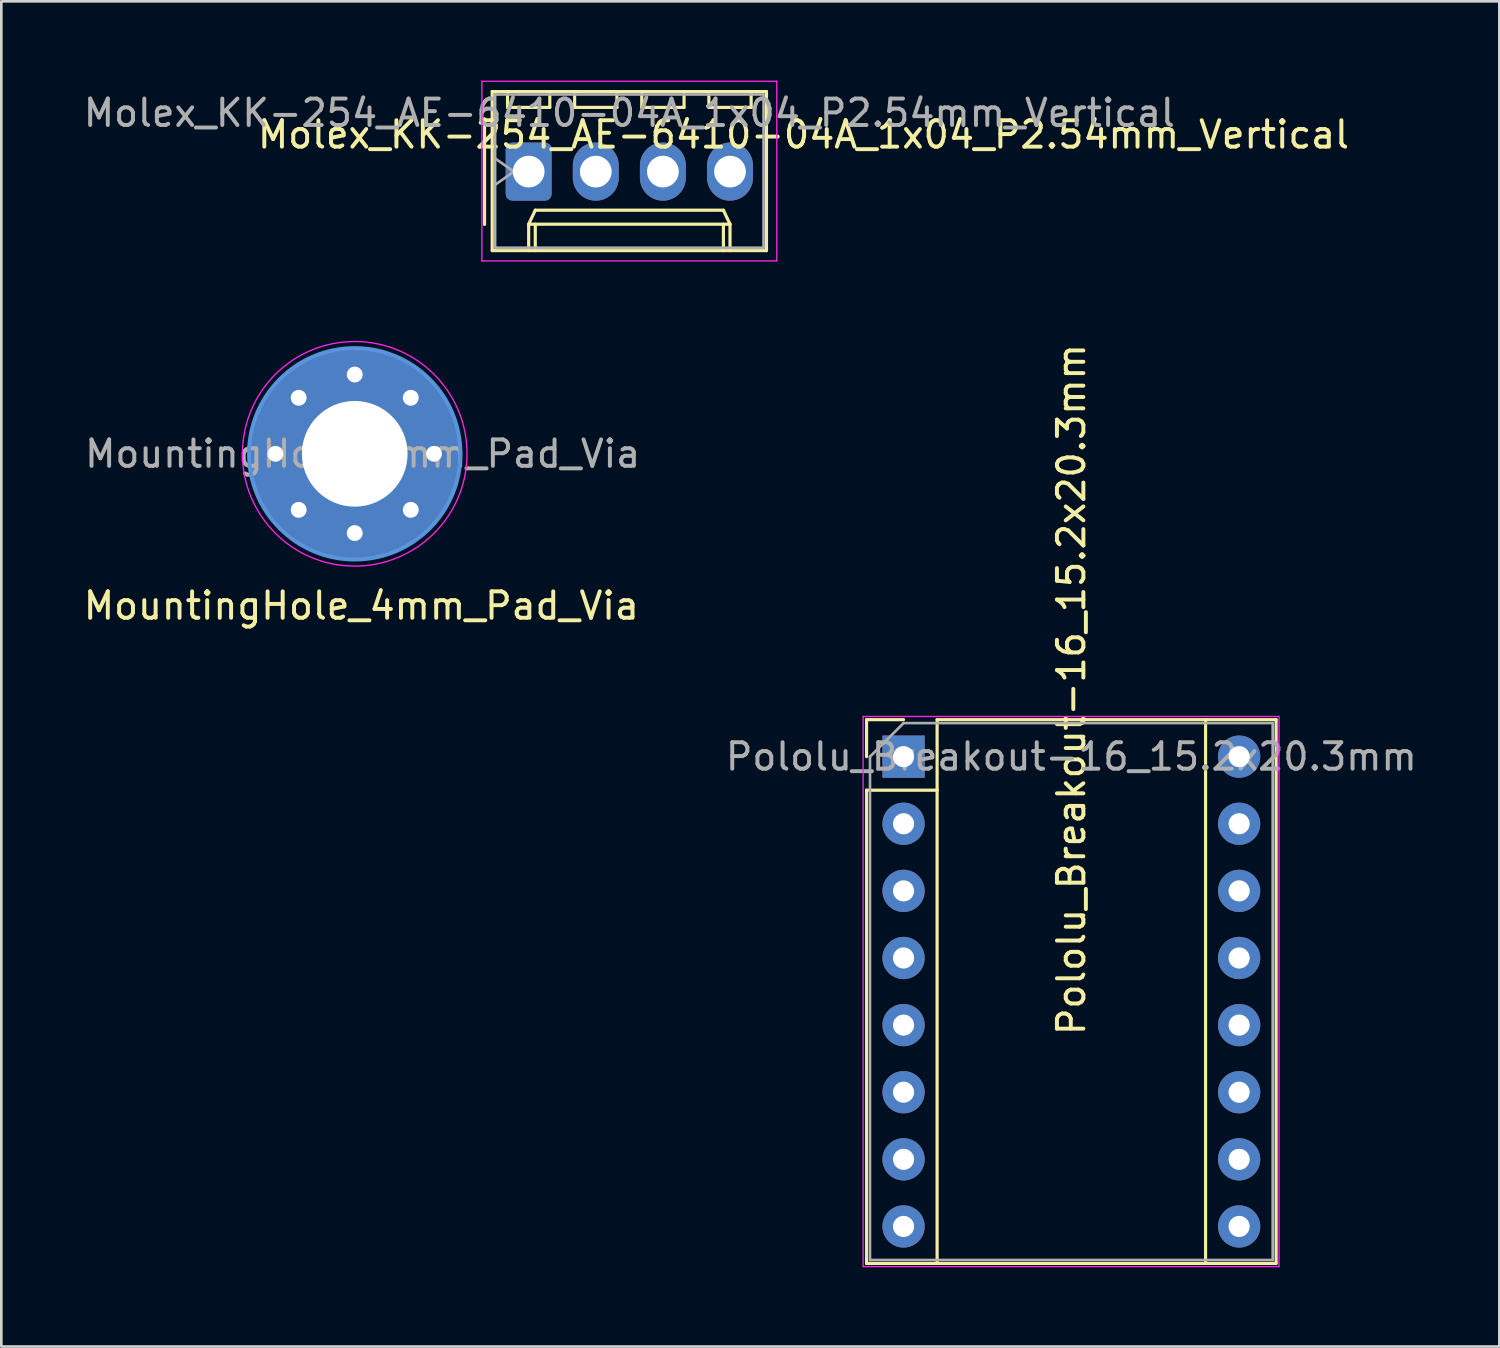
<source format=kicad_pcb>
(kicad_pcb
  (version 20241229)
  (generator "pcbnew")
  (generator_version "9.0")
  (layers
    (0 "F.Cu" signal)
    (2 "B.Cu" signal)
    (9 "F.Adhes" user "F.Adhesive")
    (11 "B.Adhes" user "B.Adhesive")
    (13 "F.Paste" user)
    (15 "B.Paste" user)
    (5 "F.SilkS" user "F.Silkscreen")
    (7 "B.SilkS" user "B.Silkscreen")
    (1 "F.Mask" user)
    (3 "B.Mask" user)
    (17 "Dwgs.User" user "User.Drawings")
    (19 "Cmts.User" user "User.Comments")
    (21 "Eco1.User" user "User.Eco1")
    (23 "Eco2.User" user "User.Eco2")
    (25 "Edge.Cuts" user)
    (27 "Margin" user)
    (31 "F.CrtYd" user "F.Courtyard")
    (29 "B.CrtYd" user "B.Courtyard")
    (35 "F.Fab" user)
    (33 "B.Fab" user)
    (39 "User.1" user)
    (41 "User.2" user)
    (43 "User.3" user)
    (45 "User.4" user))
  (footprint "MountingHole_4mm_Pad_Via"
    (layer "F.Cu")
    (at 10.375 14.125)
    (property "Reference" "MountingHole_4mm_Pad_Via" (at 0.25 5.75 180) (layer "F.SilkS") (effects (font (size 1 1) (thickness 0.15))))
    (attr exclude_from_pos_files exclude_from_bom)
    (fp_circle (center 0 0) (end 4 0) (stroke (width 0.15) (type solid)) (fill no) (layer "Cmts.User"))
    (fp_circle (center 0 0) (end 4.25 0) (stroke (width 0.05) (type solid)) (fill no) (layer "F.CrtYd"))
    (fp_text user "${REFERENCE}" (at 0.3 0 0) (layer "F.Fab") (effects (font (size 1 1) (thickness 0.15))))
    (pad "1" thru_hole circle (at -3 0) (size 0.9 0.9) (drill 0.6) (layers "*.Cu" "*.Mask"))
    (pad "1" thru_hole circle (at -2.121 -2.121) (size 0.9 0.9) (drill 0.6) (layers "*.Cu" "*.Mask"))
    (pad "1" thru_hole circle (at -2.121 2.121) (size 0.9 0.9) (drill 0.6) (layers "*.Cu" "*.Mask"))
    (pad "1" thru_hole circle (at 0 -3) (size 0.9 0.9) (drill 0.6) (layers "*.Cu" "*.Mask"))
    (pad "1" thru_hole circle (at 0 0) (size 8 8) (drill 4) (layers "*.Cu" "*.Mask"))
    (pad "1" thru_hole circle (at 0 3) (size 0.9 0.9) (drill 0.6) (layers "*.Cu" "*.Mask"))
    (pad "1" thru_hole circle (at 2.121 -2.121) (size 0.9 0.9) (drill 0.6) (layers "*.Cu" "*.Mask"))
    (pad "1" thru_hole circle (at 2.121 2.121) (size 0.9 0.9) (drill 0.6) (layers "*.Cu" "*.Mask"))
    (pad "1" thru_hole circle (at 3 0) (size 0.9 0.9) (drill 0.6) (layers "*.Cu" "*.Mask")))
  (footprint "Pololu_Breakout-16_15.2x20.3mm"
    (layer "F.Cu")
    (at 31.146 25.586)
    (property "Reference" "Pololu_Breakout-16_15.2x20.3mm" (at 6.35 -2.54 90) (layer "F.SilkS") (effects (font (size 1 1) (thickness 0.15))))
    (attr through_hole)
    (fp_line (start -1.4 -1.4) (end -1.4 0) (stroke (width 0.12) (type solid)) (layer "F.SilkS"))
    (fp_line (start -1.4 1.27) (end -1.4 19.18) (stroke (width 0.12) (type solid)) (layer "F.SilkS"))
    (fp_line (start -1.4 19.18) (end 14.1 19.18) (stroke (width 0.12) (type solid)) (layer "F.SilkS"))
    (fp_line (start 0 -1.4) (end -1.4 -1.4) (stroke (width 0.12) (type solid)) (layer "F.SilkS"))
    (fp_line (start 1.27 -1.4) (end 1.27 1.27) (stroke (width 0.12) (type solid)) (layer "F.SilkS"))
    (fp_line (start 1.27 1.27) (end -1.4 1.27) (stroke (width 0.12) (type solid)) (layer "F.SilkS"))
    (fp_line (start 1.27 1.27) (end 1.27 19.18) (stroke (width 0.12) (type solid)) (layer "F.SilkS"))
    (fp_line (start 11.43 -1.4) (end 11.43 19.18) (stroke (width 0.12) (type solid)) (layer "F.SilkS"))
    (fp_line (start 14.1 -1.4) (end 1.27 -1.4) (stroke (width 0.12) (type solid)) (layer "F.SilkS"))
    (fp_line (start 14.1 19.18) (end 14.1 -1.4) (stroke (width 0.12) (type solid)) (layer "F.SilkS"))
    (fp_line (start -1.53 -1.52) (end -1.53 19.3) (stroke (width 0.05) (type solid)) (layer "F.CrtYd"))
    (fp_line (start -1.53 -1.52) (end 14.21 -1.52) (stroke (width 0.05) (type solid)) (layer "F.CrtYd"))
    (fp_line (start 14.21 19.3) (end -1.53 19.3) (stroke (width 0.05) (type solid)) (layer "F.CrtYd"))
    (fp_line (start 14.21 19.3) (end 14.21 -1.52) (stroke (width 0.05) (type solid)) (layer "F.CrtYd"))
    (fp_line (start -1.27 0) (end 0 -1.27) (stroke (width 0.1) (type solid)) (layer "F.Fab"))
    (fp_line (start -1.27 19.05) (end -1.27 0) (stroke (width 0.1) (type solid)) (layer "F.Fab"))
    (fp_line (start 0 -1.27) (end 13.97 -1.27) (stroke (width 0.1) (type solid)) (layer "F.Fab"))
    (fp_line (start 13.97 -1.27) (end 13.97 19.05) (stroke (width 0.1) (type solid)) (layer "F.Fab"))
    (fp_line (start 13.97 19.05) (end -1.27 19.05) (stroke (width 0.1) (type solid)) (layer "F.Fab"))
    (fp_text user "${REFERENCE}" (at 6.35 0 0) (layer "F.Fab") (effects (font (size 1 1) (thickness 0.15))))
    (pad "1" thru_hole rect (at 0 0) (size 1.6 1.6) (drill 0.8) (layers "*.Cu" "*.Mask"))
    (pad "2" thru_hole oval (at 0 2.54) (size 1.6 1.6) (drill 0.8) (layers "*.Cu" "*.Mask"))
    (pad "3" thru_hole oval (at 0 5.08) (size 1.6 1.6) (drill 0.8) (layers "*.Cu" "*.Mask"))
    (pad "4" thru_hole oval (at 0 7.62) (size 1.6 1.6) (drill 0.8) (layers "*.Cu" "*.Mask"))
    (pad "5" thru_hole oval (at 0 10.16) (size 1.6 1.6) (drill 0.8) (layers "*.Cu" "*.Mask"))
    (pad "6" thru_hole oval (at 0 12.7) (size 1.6 1.6) (drill 0.8) (layers "*.Cu" "*.Mask"))
    (pad "7" thru_hole oval (at 0 15.24) (size 1.6 1.6) (drill 0.8) (layers "*.Cu" "*.Mask"))
    (pad "8" thru_hole oval (at 0 17.78) (size 1.6 1.6) (drill 0.8) (layers "*.Cu" "*.Mask"))
    (pad "9" thru_hole oval (at 12.7 17.78) (size 1.6 1.6) (drill 0.8) (layers "*.Cu" "*.Mask"))
    (pad "10" thru_hole oval (at 12.7 15.24) (size 1.6 1.6) (drill 0.8) (layers "*.Cu" "*.Mask"))
    (pad "11" thru_hole oval (at 12.7 12.7) (size 1.6 1.6) (drill 0.8) (layers "*.Cu" "*.Mask"))
    (pad "12" thru_hole oval (at 12.7 10.16) (size 1.6 1.6) (drill 0.8) (layers "*.Cu" "*.Mask"))
    (pad "13" thru_hole oval (at 12.7 7.62) (size 1.6 1.6) (drill 0.8) (layers "*.Cu" "*.Mask"))
    (pad "14" thru_hole oval (at 12.7 5.08) (size 1.6 1.6) (drill 0.8) (layers "*.Cu" "*.Mask"))
    (pad "15" thru_hole oval (at 12.7 2.54) (size 1.6 1.6) (drill 0.8) (layers "*.Cu" "*.Mask"))
    (pad "16" thru_hole oval (at 12.7 0) (size 1.6 1.6) (drill 0.8) (layers "*.Cu" "*.Mask")))
  (footprint "Molex_KK-254_AE-6410-04A_1x04_P2.54mm_Vertical"
    (layer "F.Cu")
    (at 16.958 3.445)
    (property "Reference" "Molex_KK-254_AE-6410-04A_1x04_P2.54mm_Vertical" (at 10.4 -1.4 180) (layer "F.SilkS") (effects (font (size 1 1) (thickness 0.15))))
    (attr through_hole)
    (fp_line (start -1.67 -2) (end -1.67 2) (stroke (width 0.12) (type solid)) (layer "F.SilkS"))
    (fp_line (start -1.38 -3.03) (end -1.38 2.99) (stroke (width 0.12) (type solid)) (layer "F.SilkS"))
    (fp_line (start -1.38 2.99) (end 9 2.99) (stroke (width 0.12) (type solid)) (layer "F.SilkS"))
    (fp_line (start -0.8 -3.03) (end -0.8 -2.43) (stroke (width 0.12) (type solid)) (layer "F.SilkS"))
    (fp_line (start -0.8 -2.43) (end 0.8 -2.43) (stroke (width 0.12) (type solid)) (layer "F.SilkS"))
    (fp_line (start 0 1.99) (end 0.25 1.46) (stroke (width 0.12) (type solid)) (layer "F.SilkS"))
    (fp_line (start 0 1.99) (end 7.62 1.99) (stroke (width 0.12) (type solid)) (layer "F.SilkS"))
    (fp_line (start 0 2.99) (end 0 1.99) (stroke (width 0.12) (type solid)) (layer "F.SilkS"))
    (fp_line (start 0.25 1.46) (end 7.37 1.46) (stroke (width 0.12) (type solid)) (layer "F.SilkS"))
    (fp_line (start 0.25 2.99) (end 0.25 1.99) (stroke (width 0.12) (type solid)) (layer "F.SilkS"))
    (fp_line (start 0.8 -2.43) (end 0.8 -3.03) (stroke (width 0.12) (type solid)) (layer "F.SilkS"))
    (fp_line (start 1.74 -3.03) (end 1.74 -2.43) (stroke (width 0.12) (type solid)) (layer "F.SilkS"))
    (fp_line (start 1.74 -2.43) (end 3.34 -2.43) (stroke (width 0.12) (type solid)) (layer "F.SilkS"))
    (fp_line (start 3.34 -2.43) (end 3.34 -3.03) (stroke (width 0.12) (type solid)) (layer "F.SilkS"))
    (fp_line (start 4.28 -3.03) (end 4.28 -2.43) (stroke (width 0.12) (type solid)) (layer "F.SilkS"))
    (fp_line (start 4.28 -2.43) (end 5.88 -2.43) (stroke (width 0.12) (type solid)) (layer "F.SilkS"))
    (fp_line (start 5.88 -2.43) (end 5.88 -3.03) (stroke (width 0.12) (type solid)) (layer "F.SilkS"))
    (fp_line (start 6.82 -3.03) (end 6.82 -2.43) (stroke (width 0.12) (type solid)) (layer "F.SilkS"))
    (fp_line (start 6.82 -2.43) (end 8.42 -2.43) (stroke (width 0.12) (type solid)) (layer "F.SilkS"))
    (fp_line (start 7.37 1.46) (end 7.62 1.99) (stroke (width 0.12) (type solid)) (layer "F.SilkS"))
    (fp_line (start 7.37 2.99) (end 7.37 1.99) (stroke (width 0.12) (type solid)) (layer "F.SilkS"))
    (fp_line (start 7.62 1.99) (end 7.62 2.99) (stroke (width 0.12) (type solid)) (layer "F.SilkS"))
    (fp_line (start 8.42 -2.43) (end 8.42 -3.03) (stroke (width 0.12) (type solid)) (layer "F.SilkS"))
    (fp_line (start 9 -3.03) (end -1.38 -3.03) (stroke (width 0.12) (type solid)) (layer "F.SilkS"))
    (fp_line (start 9 2.99) (end 9 -3.03) (stroke (width 0.12) (type solid)) (layer "F.SilkS"))
    (fp_line (start -1.77 -3.42) (end -1.77 3.38) (stroke (width 0.05) (type solid)) (layer "F.CrtYd"))
    (fp_line (start -1.77 3.38) (end 9.39 3.38) (stroke (width 0.05) (type solid)) (layer "F.CrtYd"))
    (fp_line (start 9.39 -3.42) (end -1.77 -3.42) (stroke (width 0.05) (type solid)) (layer "F.CrtYd"))
    (fp_line (start 9.39 3.38) (end 9.39 -3.42) (stroke (width 0.05) (type solid)) (layer "F.CrtYd"))
    (fp_line (start -1.27 -2.92) (end -1.27 2.88) (stroke (width 0.1) (type solid)) (layer "F.Fab"))
    (fp_line (start -1.27 -0.5) (end -0.563 0) (stroke (width 0.1) (type solid)) (layer "F.Fab"))
    (fp_line (start -1.27 2.88) (end 8.89 2.88) (stroke (width 0.1) (type solid)) (layer "F.Fab"))
    (fp_line (start -0.563 0) (end -1.27 0.5) (stroke (width 0.1) (type solid)) (layer "F.Fab"))
    (fp_line (start 8.89 -2.92) (end -1.27 -2.92) (stroke (width 0.1) (type solid)) (layer "F.Fab"))
    (fp_line (start 8.89 2.88) (end 8.89 -2.92) (stroke (width 0.1) (type solid)) (layer "F.Fab"))
    (fp_text user "${REFERENCE}" (at 3.81 -2.22 0) (layer "F.Fab") (effects (font (size 1 1) (thickness 0.15))))
    (pad "1" thru_hole roundrect (at 0 0) (size 1.74 2.2) (drill 1.2) (layers "*.Cu" "*.Mask") (roundrect_rratio 0.144))
    (pad "2" thru_hole oval (at 2.54 0) (size 1.74 2.2) (drill 1.2) (layers "*.Cu" "*.Mask"))
    (pad "3" thru_hole oval (at 5.08 0) (size 1.74 2.2) (drill 1.2) (layers "*.Cu" "*.Mask"))
    (pad "4" thru_hole oval (at 7.62 0) (size 1.74 2.2) (drill 1.2) (layers "*.Cu" "*.Mask")))
  (gr_rect
    (start -3 -3)
    (end 53.693 47.911)
    (stroke (width 0.1) (type default))
    (fill no)
    (layer "Edge.Cuts")))
</source>
